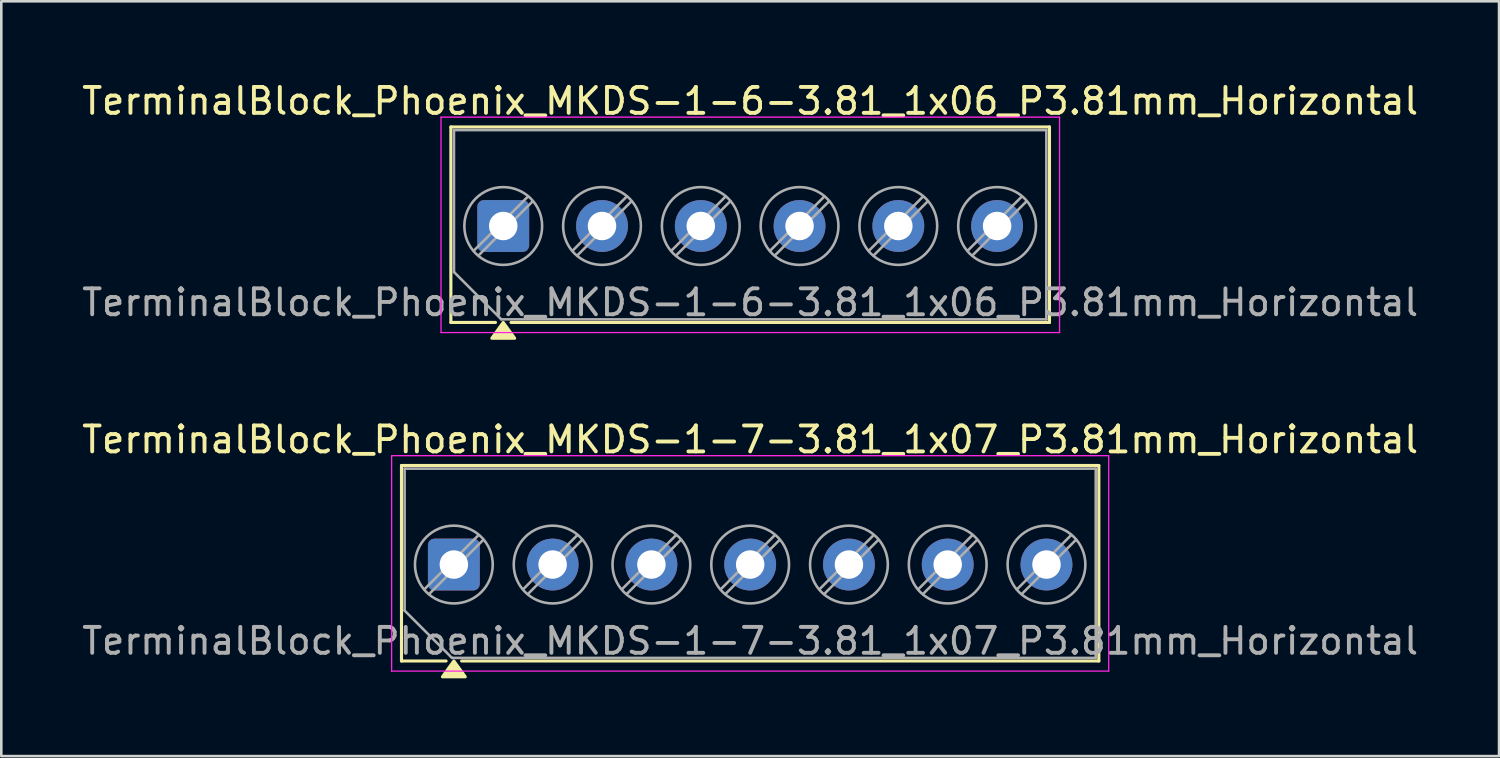
<source format=kicad_pcb>
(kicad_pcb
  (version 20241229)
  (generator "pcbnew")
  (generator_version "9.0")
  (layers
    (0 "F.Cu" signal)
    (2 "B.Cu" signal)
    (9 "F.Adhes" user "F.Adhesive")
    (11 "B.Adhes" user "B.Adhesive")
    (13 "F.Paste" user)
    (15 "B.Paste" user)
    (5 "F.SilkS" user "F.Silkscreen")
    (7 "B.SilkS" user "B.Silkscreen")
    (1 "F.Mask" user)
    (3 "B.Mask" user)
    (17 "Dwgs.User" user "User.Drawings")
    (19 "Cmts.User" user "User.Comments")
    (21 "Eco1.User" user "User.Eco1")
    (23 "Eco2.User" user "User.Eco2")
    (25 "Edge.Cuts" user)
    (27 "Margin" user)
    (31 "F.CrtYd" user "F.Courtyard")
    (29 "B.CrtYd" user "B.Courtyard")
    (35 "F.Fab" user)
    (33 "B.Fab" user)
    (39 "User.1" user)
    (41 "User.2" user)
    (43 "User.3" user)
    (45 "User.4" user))
  (footprint "TerminalBlock_Phoenix_MKDS-1-7-3.81_1x07_P3.81mm_Horizontal"
    (layer "F.Cu")
    (at 14.457 18.727)
    (property "Reference" "TerminalBlock_Phoenix_MKDS-1-7-3.81_1x07_P3.81mm_Horizontal" (at 11.43 -4.82 0) (layer "F.SilkS") (effects (font (size 1 1) (thickness 0.15))))
    (attr through_hole)
    (fp_line (start -2.02 -3.82) (end -2.02 3.72) (stroke (width 0.12) (type solid)) (layer "F.SilkS"))
    (fp_line (start -2.02 -3.82) (end 24.88 -3.82) (stroke (width 0.12) (type solid)) (layer "F.SilkS"))
    (fp_line (start -2.02 3.72) (end -0.3 3.72) (stroke (width 0.12) (type solid)) (layer "F.SilkS"))
    (fp_line (start 0.3 3.72) (end 24.88 3.72) (stroke (width 0.12) (type solid)) (layer "F.SilkS"))
    (fp_line (start 24.88 -3.82) (end 24.88 3.72) (stroke (width 0.12) (type solid)) (layer "F.SilkS"))
    (fp_poly (pts (xy 0 3.72) (xy 0.44 4.33) (xy -0.44 4.33)) (stroke (width 0.12) (type solid)) (fill yes) (layer "F.SilkS"))
    (fp_line (start -2.4 -4.2) (end -2.4 4.11) (stroke (width 0.05) (type solid)) (layer "F.CrtYd"))
    (fp_line (start -2.4 4.11) (end 25.26 4.11) (stroke (width 0.05) (type solid)) (layer "F.CrtYd"))
    (fp_line (start 25.26 -4.2) (end -2.4 -4.2) (stroke (width 0.05) (type solid)) (layer "F.CrtYd"))
    (fp_line (start 25.26 4.11) (end 25.26 -4.2) (stroke (width 0.05) (type solid)) (layer "F.CrtYd"))
    (fp_line (start -1.9 -3.7) (end 24.76 -3.7) (stroke (width 0.1) (type solid)) (layer "F.Fab"))
    (fp_line (start -1.9 1.775) (end -1.9 -3.7) (stroke (width 0.1) (type solid)) (layer "F.Fab"))
    (fp_line (start -0.075 3.6) (end -1.9 1.775) (stroke (width 0.1) (type solid)) (layer "F.Fab"))
    (fp_line (start 0.955 -1.138) (end -1.138 0.955) (stroke (width 0.1) (type solid)) (layer "F.Fab"))
    (fp_line (start 1.138 -0.955) (end -0.955 1.138) (stroke (width 0.1) (type solid)) (layer "F.Fab"))
    (fp_line (start 4.765 -1.138) (end 2.672 0.955) (stroke (width 0.1) (type solid)) (layer "F.Fab"))
    (fp_line (start 4.948 -0.955) (end 2.855 1.138) (stroke (width 0.1) (type solid)) (layer "F.Fab"))
    (fp_line (start 8.575 -1.138) (end 6.482 0.955) (stroke (width 0.1) (type solid)) (layer "F.Fab"))
    (fp_line (start 8.758 -0.955) (end 6.665 1.138) (stroke (width 0.1) (type solid)) (layer "F.Fab"))
    (fp_line (start 12.385 -1.138) (end 10.292 0.955) (stroke (width 0.1) (type solid)) (layer "F.Fab"))
    (fp_line (start 12.568 -0.955) (end 10.475 1.138) (stroke (width 0.1) (type solid)) (layer "F.Fab"))
    (fp_line (start 16.195 -1.138) (end 14.102 0.955) (stroke (width 0.1) (type solid)) (layer "F.Fab"))
    (fp_line (start 16.378 -0.955) (end 14.285 1.138) (stroke (width 0.1) (type solid)) (layer "F.Fab"))
    (fp_line (start 20.005 -1.138) (end 17.912 0.955) (stroke (width 0.1) (type solid)) (layer "F.Fab"))
    (fp_line (start 20.188 -0.955) (end 18.095 1.138) (stroke (width 0.1) (type solid)) (layer "F.Fab"))
    (fp_line (start 23.815 -1.138) (end 21.722 0.955) (stroke (width 0.1) (type solid)) (layer "F.Fab"))
    (fp_line (start 23.998 -0.955) (end 21.905 1.138) (stroke (width 0.1) (type solid)) (layer "F.Fab"))
    (fp_line (start 24.76 -3.7) (end 24.76 3.6) (stroke (width 0.1) (type solid)) (layer "F.Fab"))
    (fp_line (start 24.76 3.6) (end -0.075 3.6) (stroke (width 0.1) (type solid)) (layer "F.Fab"))
    (fp_circle (center 0 0) (end 1.5 0) (stroke (width 0.1) (type solid)) (fill no) (layer "F.Fab"))
    (fp_circle (center 3.81 0) (end 5.31 0) (stroke (width 0.1) (type solid)) (fill no) (layer "F.Fab"))
    (fp_circle (center 7.62 0) (end 9.12 0) (stroke (width 0.1) (type solid)) (fill no) (layer "F.Fab"))
    (fp_circle (center 11.43 0) (end 12.93 0) (stroke (width 0.1) (type solid)) (fill no) (layer "F.Fab"))
    (fp_circle (center 15.24 0) (end 16.74 0) (stroke (width 0.1) (type solid)) (fill no) (layer "F.Fab"))
    (fp_circle (center 19.05 0) (end 20.55 0) (stroke (width 0.1) (type solid)) (fill no) (layer "F.Fab"))
    (fp_circle (center 22.86 0) (end 24.36 0) (stroke (width 0.1) (type solid)) (fill no) (layer "F.Fab"))
    (fp_text user "${REFERENCE}" (at 11.43 2.95 0) (layer "F.Fab") (effects (font (size 1 1) (thickness 0.15))))
    (pad "1" thru_hole roundrect (at 0 0) (size 2 2) (drill 1.1) (layers "*.Cu" "*.Mask") (roundrect_rratio 0.125))
    (pad "2" thru_hole circle (at 3.81 0) (size 2 2) (drill 1.1) (layers "*.Cu" "*.Mask"))
    (pad "3" thru_hole circle (at 7.62 0) (size 2 2) (drill 1.1) (layers "*.Cu" "*.Mask"))
    (pad "4" thru_hole circle (at 11.43 0) (size 2 2) (drill 1.1) (layers "*.Cu" "*.Mask"))
    (pad "5" thru_hole circle (at 15.24 0) (size 2 2) (drill 1.1) (layers "*.Cu" "*.Mask"))
    (pad "6" thru_hole circle (at 19.05 0) (size 2 2) (drill 1.1) (layers "*.Cu" "*.Mask"))
    (pad "7" thru_hole circle (at 22.86 0) (size 2 2) (drill 1.1) (layers "*.Cu" "*.Mask")))
  (footprint "TerminalBlock_Phoenix_MKDS-1-6-3.81_1x06_P3.81mm_Horizontal"
    (layer "F.Cu")
    (at 16.362 5.668)
    (property "Reference" "TerminalBlock_Phoenix_MKDS-1-6-3.81_1x06_P3.81mm_Horizontal" (at 9.525 -4.82 0) (layer "F.SilkS") (effects (font (size 1 1) (thickness 0.15))))
    (attr through_hole)
    (fp_line (start -2.02 -3.82) (end -2.02 3.72) (stroke (width 0.12) (type solid)) (layer "F.SilkS"))
    (fp_line (start -2.02 -3.82) (end 21.07 -3.82) (stroke (width 0.12) (type solid)) (layer "F.SilkS"))
    (fp_line (start -2.02 3.72) (end -0.3 3.72) (stroke (width 0.12) (type solid)) (layer "F.SilkS"))
    (fp_line (start 0.3 3.72) (end 21.07 3.72) (stroke (width 0.12) (type solid)) (layer "F.SilkS"))
    (fp_line (start 21.07 -3.82) (end 21.07 3.72) (stroke (width 0.12) (type solid)) (layer "F.SilkS"))
    (fp_poly (pts (xy 0 3.72) (xy 0.44 4.33) (xy -0.44 4.33)) (stroke (width 0.12) (type solid)) (fill yes) (layer "F.SilkS"))
    (fp_line (start -2.4 -4.2) (end -2.4 4.11) (stroke (width 0.05) (type solid)) (layer "F.CrtYd"))
    (fp_line (start -2.4 4.11) (end 21.46 4.11) (stroke (width 0.05) (type solid)) (layer "F.CrtYd"))
    (fp_line (start 21.46 -4.2) (end -2.4 -4.2) (stroke (width 0.05) (type solid)) (layer "F.CrtYd"))
    (fp_line (start 21.46 4.11) (end 21.46 -4.2) (stroke (width 0.05) (type solid)) (layer "F.CrtYd"))
    (fp_line (start -1.9 -3.7) (end 20.95 -3.7) (stroke (width 0.1) (type solid)) (layer "F.Fab"))
    (fp_line (start -1.9 1.775) (end -1.9 -3.7) (stroke (width 0.1) (type solid)) (layer "F.Fab"))
    (fp_line (start -0.075 3.6) (end -1.9 1.775) (stroke (width 0.1) (type solid)) (layer "F.Fab"))
    (fp_line (start 0.955 -1.138) (end -1.138 0.955) (stroke (width 0.1) (type solid)) (layer "F.Fab"))
    (fp_line (start 1.138 -0.955) (end -0.955 1.138) (stroke (width 0.1) (type solid)) (layer "F.Fab"))
    (fp_line (start 4.765 -1.138) (end 2.672 0.955) (stroke (width 0.1) (type solid)) (layer "F.Fab"))
    (fp_line (start 4.948 -0.955) (end 2.855 1.138) (stroke (width 0.1) (type solid)) (layer "F.Fab"))
    (fp_line (start 8.575 -1.138) (end 6.482 0.955) (stroke (width 0.1) (type solid)) (layer "F.Fab"))
    (fp_line (start 8.758 -0.955) (end 6.665 1.138) (stroke (width 0.1) (type solid)) (layer "F.Fab"))
    (fp_line (start 12.385 -1.138) (end 10.292 0.955) (stroke (width 0.1) (type solid)) (layer "F.Fab"))
    (fp_line (start 12.568 -0.955) (end 10.475 1.138) (stroke (width 0.1) (type solid)) (layer "F.Fab"))
    (fp_line (start 16.195 -1.138) (end 14.102 0.955) (stroke (width 0.1) (type solid)) (layer "F.Fab"))
    (fp_line (start 16.378 -0.955) (end 14.285 1.138) (stroke (width 0.1) (type solid)) (layer "F.Fab"))
    (fp_line (start 20.005 -1.138) (end 17.912 0.955) (stroke (width 0.1) (type solid)) (layer "F.Fab"))
    (fp_line (start 20.188 -0.955) (end 18.095 1.138) (stroke (width 0.1) (type solid)) (layer "F.Fab"))
    (fp_line (start 20.95 -3.7) (end 20.95 3.6) (stroke (width 0.1) (type solid)) (layer "F.Fab"))
    (fp_line (start 20.95 3.6) (end -0.075 3.6) (stroke (width 0.1) (type solid)) (layer "F.Fab"))
    (fp_circle (center 0 0) (end 1.5 0) (stroke (width 0.1) (type solid)) (fill no) (layer "F.Fab"))
    (fp_circle (center 3.81 0) (end 5.31 0) (stroke (width 0.1) (type solid)) (fill no) (layer "F.Fab"))
    (fp_circle (center 7.62 0) (end 9.12 0) (stroke (width 0.1) (type solid)) (fill no) (layer "F.Fab"))
    (fp_circle (center 11.43 0) (end 12.93 0) (stroke (width 0.1) (type solid)) (fill no) (layer "F.Fab"))
    (fp_circle (center 15.24 0) (end 16.74 0) (stroke (width 0.1) (type solid)) (fill no) (layer "F.Fab"))
    (fp_circle (center 19.05 0) (end 20.55 0) (stroke (width 0.1) (type solid)) (fill no) (layer "F.Fab"))
    (fp_text user "${REFERENCE}" (at 9.525 2.95 0) (layer "F.Fab") (effects (font (size 1 1) (thickness 0.15))))
    (pad "1" thru_hole roundrect (at 0 0) (size 2 2) (drill 1.1) (layers "*.Cu" "*.Mask") (roundrect_rratio 0.125))
    (pad "2" thru_hole circle (at 3.81 0) (size 2 2) (drill 1.1) (layers "*.Cu" "*.Mask"))
    (pad "3" thru_hole circle (at 7.62 0) (size 2 2) (drill 1.1) (layers "*.Cu" "*.Mask"))
    (pad "4" thru_hole circle (at 11.43 0) (size 2 2) (drill 1.1) (layers "*.Cu" "*.Mask"))
    (pad "5" thru_hole circle (at 15.24 0) (size 2 2) (drill 1.1) (layers "*.Cu" "*.Mask"))
    (pad "6" thru_hole circle (at 19.05 0) (size 2 2) (drill 1.1) (layers "*.Cu" "*.Mask")))
  (gr_rect
    (start -3 -3)
    (end 54.774 26.116)
    (stroke (width 0.1) (type default))
    (fill no)
    (layer "Edge.Cuts")))
</source>
